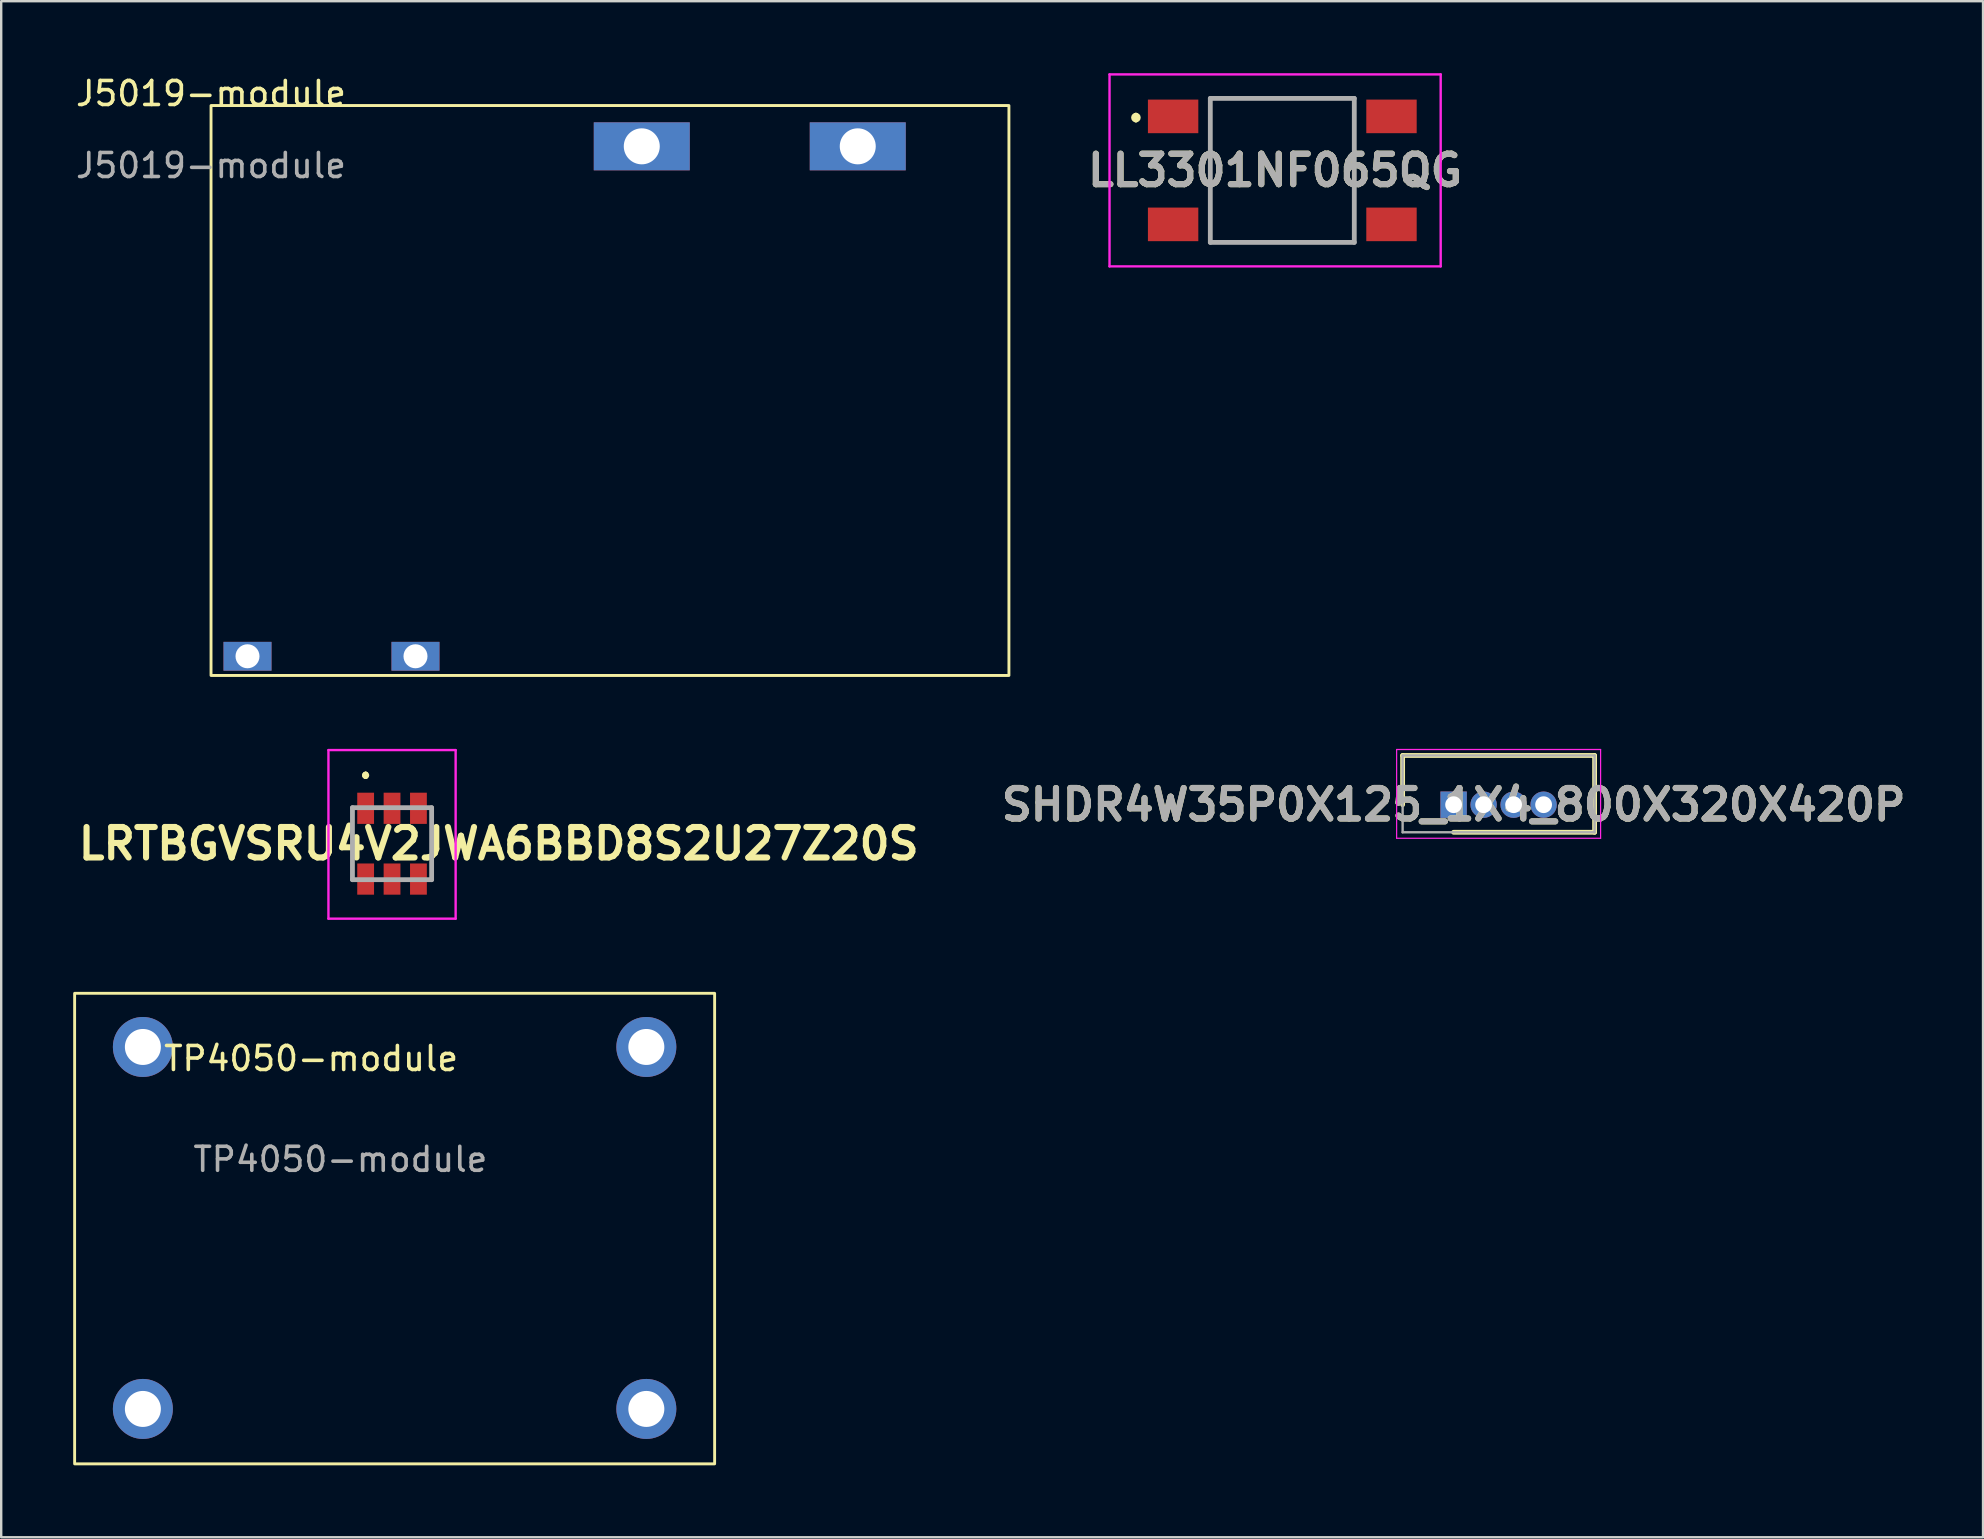
<source format=kicad_pcb>
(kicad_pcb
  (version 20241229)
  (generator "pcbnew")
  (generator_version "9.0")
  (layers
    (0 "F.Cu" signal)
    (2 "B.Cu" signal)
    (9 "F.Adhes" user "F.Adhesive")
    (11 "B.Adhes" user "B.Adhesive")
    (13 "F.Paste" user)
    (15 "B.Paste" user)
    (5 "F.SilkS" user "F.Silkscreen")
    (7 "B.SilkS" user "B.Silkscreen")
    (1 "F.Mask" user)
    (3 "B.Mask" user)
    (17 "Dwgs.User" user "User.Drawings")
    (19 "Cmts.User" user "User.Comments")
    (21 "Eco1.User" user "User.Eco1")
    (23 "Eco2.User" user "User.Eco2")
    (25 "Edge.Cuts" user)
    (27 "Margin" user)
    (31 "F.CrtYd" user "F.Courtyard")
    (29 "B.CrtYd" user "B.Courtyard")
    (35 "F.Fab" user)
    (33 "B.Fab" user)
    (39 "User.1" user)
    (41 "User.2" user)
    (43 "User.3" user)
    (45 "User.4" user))
  (footprint "J5019-module"
    (layer "F.Cu")
    (at 5.744 1.348)
    (property "Reference" "J5019-module" (at 0 -0.5 0) (unlocked yes) (layer "F.SilkS") (effects (font (size 1 1) (thickness 0.15))))
    (attr through_hole)
    (fp_rect (start 0 0) (end 33.25 23.75) (stroke (width 0.12) (type solid)) (fill no) (layer "F.SilkS"))
    (fp_text user "${REFERENCE}" (at 0 2.5 0) (unlocked yes) (layer "F.Fab") (effects (font (size 1 1) (thickness 0.15))))
    (pad "1" thru_hole rect (at 17.95 1.7) (size 4 2) (drill 1.5) (layers "*.Cu" "*.Mask"))
    (pad "2" thru_hole rect (at 26.95 1.7) (size 4 2) (drill 1.5) (layers "*.Cu" "*.Mask"))
    (pad "3" thru_hole rect (at 1.52 22.95) (size 2 1.2) (drill 1) (layers "*.Cu" "*.Mask"))
    (pad "4" thru_hole rect (at 8.52 22.95) (size 2 1.2) (drill 1) (layers "*.Cu" "*.Mask"))
    (zone (net_name "") (layer "F.Cu") (name "J5019 PINS") (hatch edge 0.508) (connect_pads) (min_thickness 0.254) (filled_areas_thickness no) (keepout (tracks not_allowed) (vias not_allowed) (pads not_allowed) (copperpour not_allowed) (footprints allowed)) (placement (enabled no)) (fill) (polygon (pts (xy 39.059 25.14) (xy 5.836 25.14) (xy 5.81 19.755) (xy 39.059 19.704))))
    (zone (net_name "") (layer "F.Cu") (name "J5019 PINS") (hatch edge 0.508) (connect_pads) (min_thickness 0.254) (filled_areas_thickness no) (keepout (tracks not_allowed) (vias not_allowed) (pads not_allowed) (copperpour not_allowed) (footprints allowed)) (placement (enabled no)) (fill) (polygon (pts (xy 39.061 6.809) (xy 5.838 6.809) (xy 5.812 1.424) (xy 39.061 1.374)))))
  (footprint "LRTBGVSRU4V2JWA6BBD8S2U27Z20S"
    (layer "F.Cu")
    (at 13.287 32.108)
    (property "Reference" "LRTBGVSRU4V2JWA6BBD8S2U27Z20S" (at 4.445 0 0) (layer "F.SilkS") (effects (font (size 1.27 1.27) (thickness 0.254))))
    (attr smd)
    (fp_line (start -1.65 -0.25) (end -1.65 -0.25) (stroke (width 0.1) (type solid)) (layer "F.SilkS"))
    (fp_line (start -1.65 -0.25) (end -1.65 0.25) (stroke (width 0.1) (type solid)) (layer "F.SilkS"))
    (fp_line (start -1.65 0.25) (end -1.65 -0.25) (stroke (width 0.1) (type solid)) (layer "F.SilkS"))
    (fp_line (start -1.65 0.25) (end -1.65 0.25) (stroke (width 0.1) (type solid)) (layer "F.SilkS"))
    (fp_line (start -1.1 -2.9) (end -1.1 -2.9) (stroke (width 0.2) (type solid)) (layer "F.SilkS"))
    (fp_line (start -1.1 -2.9) (end -1.1 -2.9) (stroke (width 0.2) (type solid)) (layer "F.SilkS"))
    (fp_line (start -1.1 -2.8) (end -1.1 -2.8) (stroke (width 0.2) (type solid)) (layer "F.SilkS"))
    (fp_line (start 1.65 -0.25) (end 1.65 -0.25) (stroke (width 0.1) (type solid)) (layer "F.SilkS"))
    (fp_line (start 1.65 -0.25) (end 1.65 0.25) (stroke (width 0.1) (type solid)) (layer "F.SilkS"))
    (fp_line (start 1.65 0.25) (end 1.65 -0.25) (stroke (width 0.1) (type solid)) (layer "F.SilkS"))
    (fp_line (start 1.65 0.25) (end 1.65 0.25) (stroke (width 0.1) (type solid)) (layer "F.SilkS"))
    (fp_arc (start -1.1 -2.9) (mid -1.05 -2.85) (end -1.1 -2.8) (stroke (width 0.2) (type solid)) (layer "F.SilkS"))
    (fp_arc (start -1.1 -2.8) (mid -1.15 -2.85) (end -1.1 -2.9) (stroke (width 0.2) (type solid)) (layer "F.SilkS"))
    (fp_arc (start -1.1 -2.8) (mid -1.15 -2.85) (end -1.1 -2.9) (stroke (width 0.2) (type solid)) (layer "F.SilkS"))
    (fp_line (start -2.65 -3.9) (end 2.65 -3.9) (stroke (width 0.1) (type solid)) (layer "F.CrtYd"))
    (fp_line (start -2.65 3.125) (end -2.65 -3.9) (stroke (width 0.1) (type solid)) (layer "F.CrtYd"))
    (fp_line (start 2.65 -3.9) (end 2.65 3.125) (stroke (width 0.1) (type solid)) (layer "F.CrtYd"))
    (fp_line (start 2.65 3.125) (end -2.65 3.125) (stroke (width 0.1) (type solid)) (layer "F.CrtYd"))
    (fp_line (start -1.65 -1.5) (end -1.65 1.5) (stroke (width 0.2) (type solid)) (layer "F.Fab"))
    (fp_line (start -1.65 1.5) (end 1.65 1.5) (stroke (width 0.2) (type solid)) (layer "F.Fab"))
    (fp_line (start 1.65 -1.5) (end -1.65 -1.5) (stroke (width 0.2) (type solid)) (layer "F.Fab"))
    (fp_line (start 1.65 1.5) (end 1.65 -1.5) (stroke (width 0.2) (type solid)) (layer "F.Fab"))
    (pad "A1" smd rect (at -1.1 -1.475) (size 0.7 1.3) (layers "F.Cu" "F.Mask" "F.Paste"))
    (pad "A2" smd rect (at 0 -1.475) (size 0.7 1.3) (layers "F.Cu" "F.Mask" "F.Paste"))
    (pad "A3" smd rect (at 0 1.475) (size 0.7 1.3) (layers "F.Cu" "F.Mask" "F.Paste"))
    (pad "C1" smd rect (at -1.1 1.475) (size 0.7 1.3) (layers "F.Cu" "F.Mask" "F.Paste"))
    (pad "C2" smd rect (at 1.1 -1.475) (size 0.7 1.3) (layers "F.Cu" "F.Mask" "F.Paste"))
    (pad "C3" smd rect (at 1.1 1.475) (size 0.7 1.3) (layers "F.Cu" "F.Mask" "F.Paste")))
  (footprint "LL3301NF065QG"
    (layer "F.Cu")
    (at 50.386 4.05)
    (property "Reference" "LL3301NF065QG" (at -0.3 0 0) (layer "F.SilkS") (effects (font (size 1.27 1.27) (thickness 0.254))))
    (attr smd)
    (fp_line (start -6.1 -2.3) (end -6.1 -2.3) (stroke (width 0.2) (type solid)) (layer "F.SilkS"))
    (fp_line (start -6.1 -2.1) (end -6.1 -2.1) (stroke (width 0.2) (type solid)) (layer "F.SilkS"))
    (fp_line (start -3 -3) (end 3 -3) (stroke (width 0.1) (type solid)) (layer "F.SilkS"))
    (fp_line (start -3 3) (end -3 -3) (stroke (width 0.1) (type solid)) (layer "F.SilkS"))
    (fp_line (start 3 -3) (end 3 3) (stroke (width 0.1) (type solid)) (layer "F.SilkS"))
    (fp_line (start 3 3) (end -3 3) (stroke (width 0.1) (type solid)) (layer "F.SilkS"))
    (fp_arc (start -6.1 -2.3) (mid -6 -2.2) (end -6.1 -2.1) (stroke (width 0.2) (type solid)) (layer "F.SilkS"))
    (fp_arc (start -6.1 -2.1) (mid -6.2 -2.2) (end -6.1 -2.3) (stroke (width 0.2) (type solid)) (layer "F.SilkS"))
    (fp_line (start -7.2 -4) (end 6.6 -4) (stroke (width 0.1) (type solid)) (layer "F.CrtYd"))
    (fp_line (start -7.2 4) (end -7.2 -4) (stroke (width 0.1) (type solid)) (layer "F.CrtYd"))
    (fp_line (start 6.6 -4) (end 6.6 4) (stroke (width 0.1) (type solid)) (layer "F.CrtYd"))
    (fp_line (start 6.6 4) (end -7.2 4) (stroke (width 0.1) (type solid)) (layer "F.CrtYd"))
    (fp_line (start -3 -3) (end 3 -3) (stroke (width 0.2) (type solid)) (layer "F.Fab"))
    (fp_line (start -3 3) (end -3 -3) (stroke (width 0.2) (type solid)) (layer "F.Fab"))
    (fp_line (start 3 -3) (end 3 3) (stroke (width 0.2) (type solid)) (layer "F.Fab"))
    (fp_line (start 3 3) (end -3 3) (stroke (width 0.2) (type solid)) (layer "F.Fab"))
    (fp_text user "${REFERENCE}" (at -0.3 0 0) (layer "F.Fab") (effects (font (size 1.27 1.27) (thickness 0.254))))
    (pad "1" smd rect (at -4.55 -2.25 90) (size 1.4 2.1) (layers "F.Cu" "F.Mask" "F.Paste"))
    (pad "2" smd rect (at 4.55 -2.25 90) (size 1.4 2.1) (layers "F.Cu" "F.Mask" "F.Paste"))
    (pad "3" smd rect (at -4.55 2.25 90) (size 1.4 2.1) (layers "F.Cu" "F.Mask" "F.Paste"))
    (pad "4" smd rect (at 4.55 2.25 90) (size 1.4 2.1) (layers "F.Cu" "F.Mask" "F.Paste")))
  (footprint "TP4050-module"
    (layer "F.Cu")
    (at 11.134 42.763)
    (property "Reference" "TP4050-module" (at -1.219 -1.702 0) (unlocked yes) (layer "F.SilkS") (effects (font (size 1 1) (thickness 0.15))))
    (attr smd)
    (fp_rect (start -11.074 -4.42) (end 15.596 15.189) (stroke (width 0.12) (type solid)) (fill no) (layer "F.SilkS"))
    (fp_text user "${REFERENCE}" (at 0 2.5 0) (unlocked yes) (layer "F.Fab") (effects (font (size 1 1) (thickness 0.15))))
    (pad "1" thru_hole circle (at -8.23 -2.184) (size 2.5 2.5) (drill 1.5) (layers "*.Cu" "*.Mask"))
    (pad "2" thru_hole circle (at -8.23 12.9) (size 2.5 2.5) (drill 1.5) (layers "*.Cu" "*.Mask"))
    (pad "3" thru_hole circle (at 12.75 -2.184) (size 2.5 2.5) (drill 1.5) (layers "*.Cu" "*.Mask"))
    (pad "4" thru_hole circle (at 12.75 12.9) (size 2.5 2.5) (drill 1.5) (layers "*.Cu" "*.Mask")))
  (footprint "SHDR4W35P0X125_1X4_800X320X420P"
    (layer "F.Cu")
    (at 57.525 30.483)
    (property "Reference" "SHDR4W35P0X125_1X4_800X320X420P" (at 0 0 0) (layer "F.SilkS") (effects (font (size 1.27 1.27) (thickness 0.254))))
    (attr through_hole)
    (fp_line (start -2.125 -2.05) (end -2.125 0) (stroke (width 0.2) (type solid)) (layer "F.SilkS"))
    (fp_line (start 0 1.15) (end 5.875 1.15) (stroke (width 0.2) (type solid)) (layer "F.SilkS"))
    (fp_line (start 5.875 -2.05) (end -2.125 -2.05) (stroke (width 0.2) (type solid)) (layer "F.SilkS"))
    (fp_line (start 5.875 1.15) (end 5.875 -2.05) (stroke (width 0.2) (type solid)) (layer "F.SilkS"))
    (fp_line (start -2.375 -2.3) (end 6.125 -2.3) (stroke (width 0.05) (type solid)) (layer "F.CrtYd"))
    (fp_line (start -2.375 1.4) (end -2.375 -2.3) (stroke (width 0.05) (type solid)) (layer "F.CrtYd"))
    (fp_line (start 6.125 -2.3) (end 6.125 1.4) (stroke (width 0.05) (type solid)) (layer "F.CrtYd"))
    (fp_line (start 6.125 1.4) (end -2.375 1.4) (stroke (width 0.05) (type solid)) (layer "F.CrtYd"))
    (fp_line (start -2.125 -2.05) (end 5.875 -2.05) (stroke (width 0.1) (type solid)) (layer "F.Fab"))
    (fp_line (start -2.125 1.15) (end -2.125 -2.05) (stroke (width 0.1) (type solid)) (layer "F.Fab"))
    (fp_line (start 5.875 -2.05) (end 5.875 1.15) (stroke (width 0.1) (type solid)) (layer "F.Fab"))
    (fp_line (start 5.875 1.15) (end -2.125 1.15) (stroke (width 0.1) (type solid)) (layer "F.Fab"))
    (fp_text user "${REFERENCE}" (at 0 0 0) (layer "F.Fab") (effects (font (size 1.27 1.27) (thickness 0.254))))
    (pad "1" thru_hole rect (at 0 0) (size 1.1 1.1) (drill 0.7) (layers "*.Cu" "*.Mask"))
    (pad "2" thru_hole circle (at 1.25 0) (size 1.1 1.1) (drill 0.7) (layers "*.Cu" "*.Mask"))
    (pad "3" thru_hole circle (at 2.5 0) (size 1.1 1.1) (drill 0.7) (layers "*.Cu" "*.Mask"))
    (pad "4" thru_hole circle (at 3.75 0) (size 1.1 1.1) (drill 0.7) (layers "*.Cu" "*.Mask")))
  (gr_rect
    (start -3 -3)
    (end 79.587 61.012)
    (stroke (width 0.1) (type default))
    (fill no)
    (layer "Edge.Cuts")))
</source>
